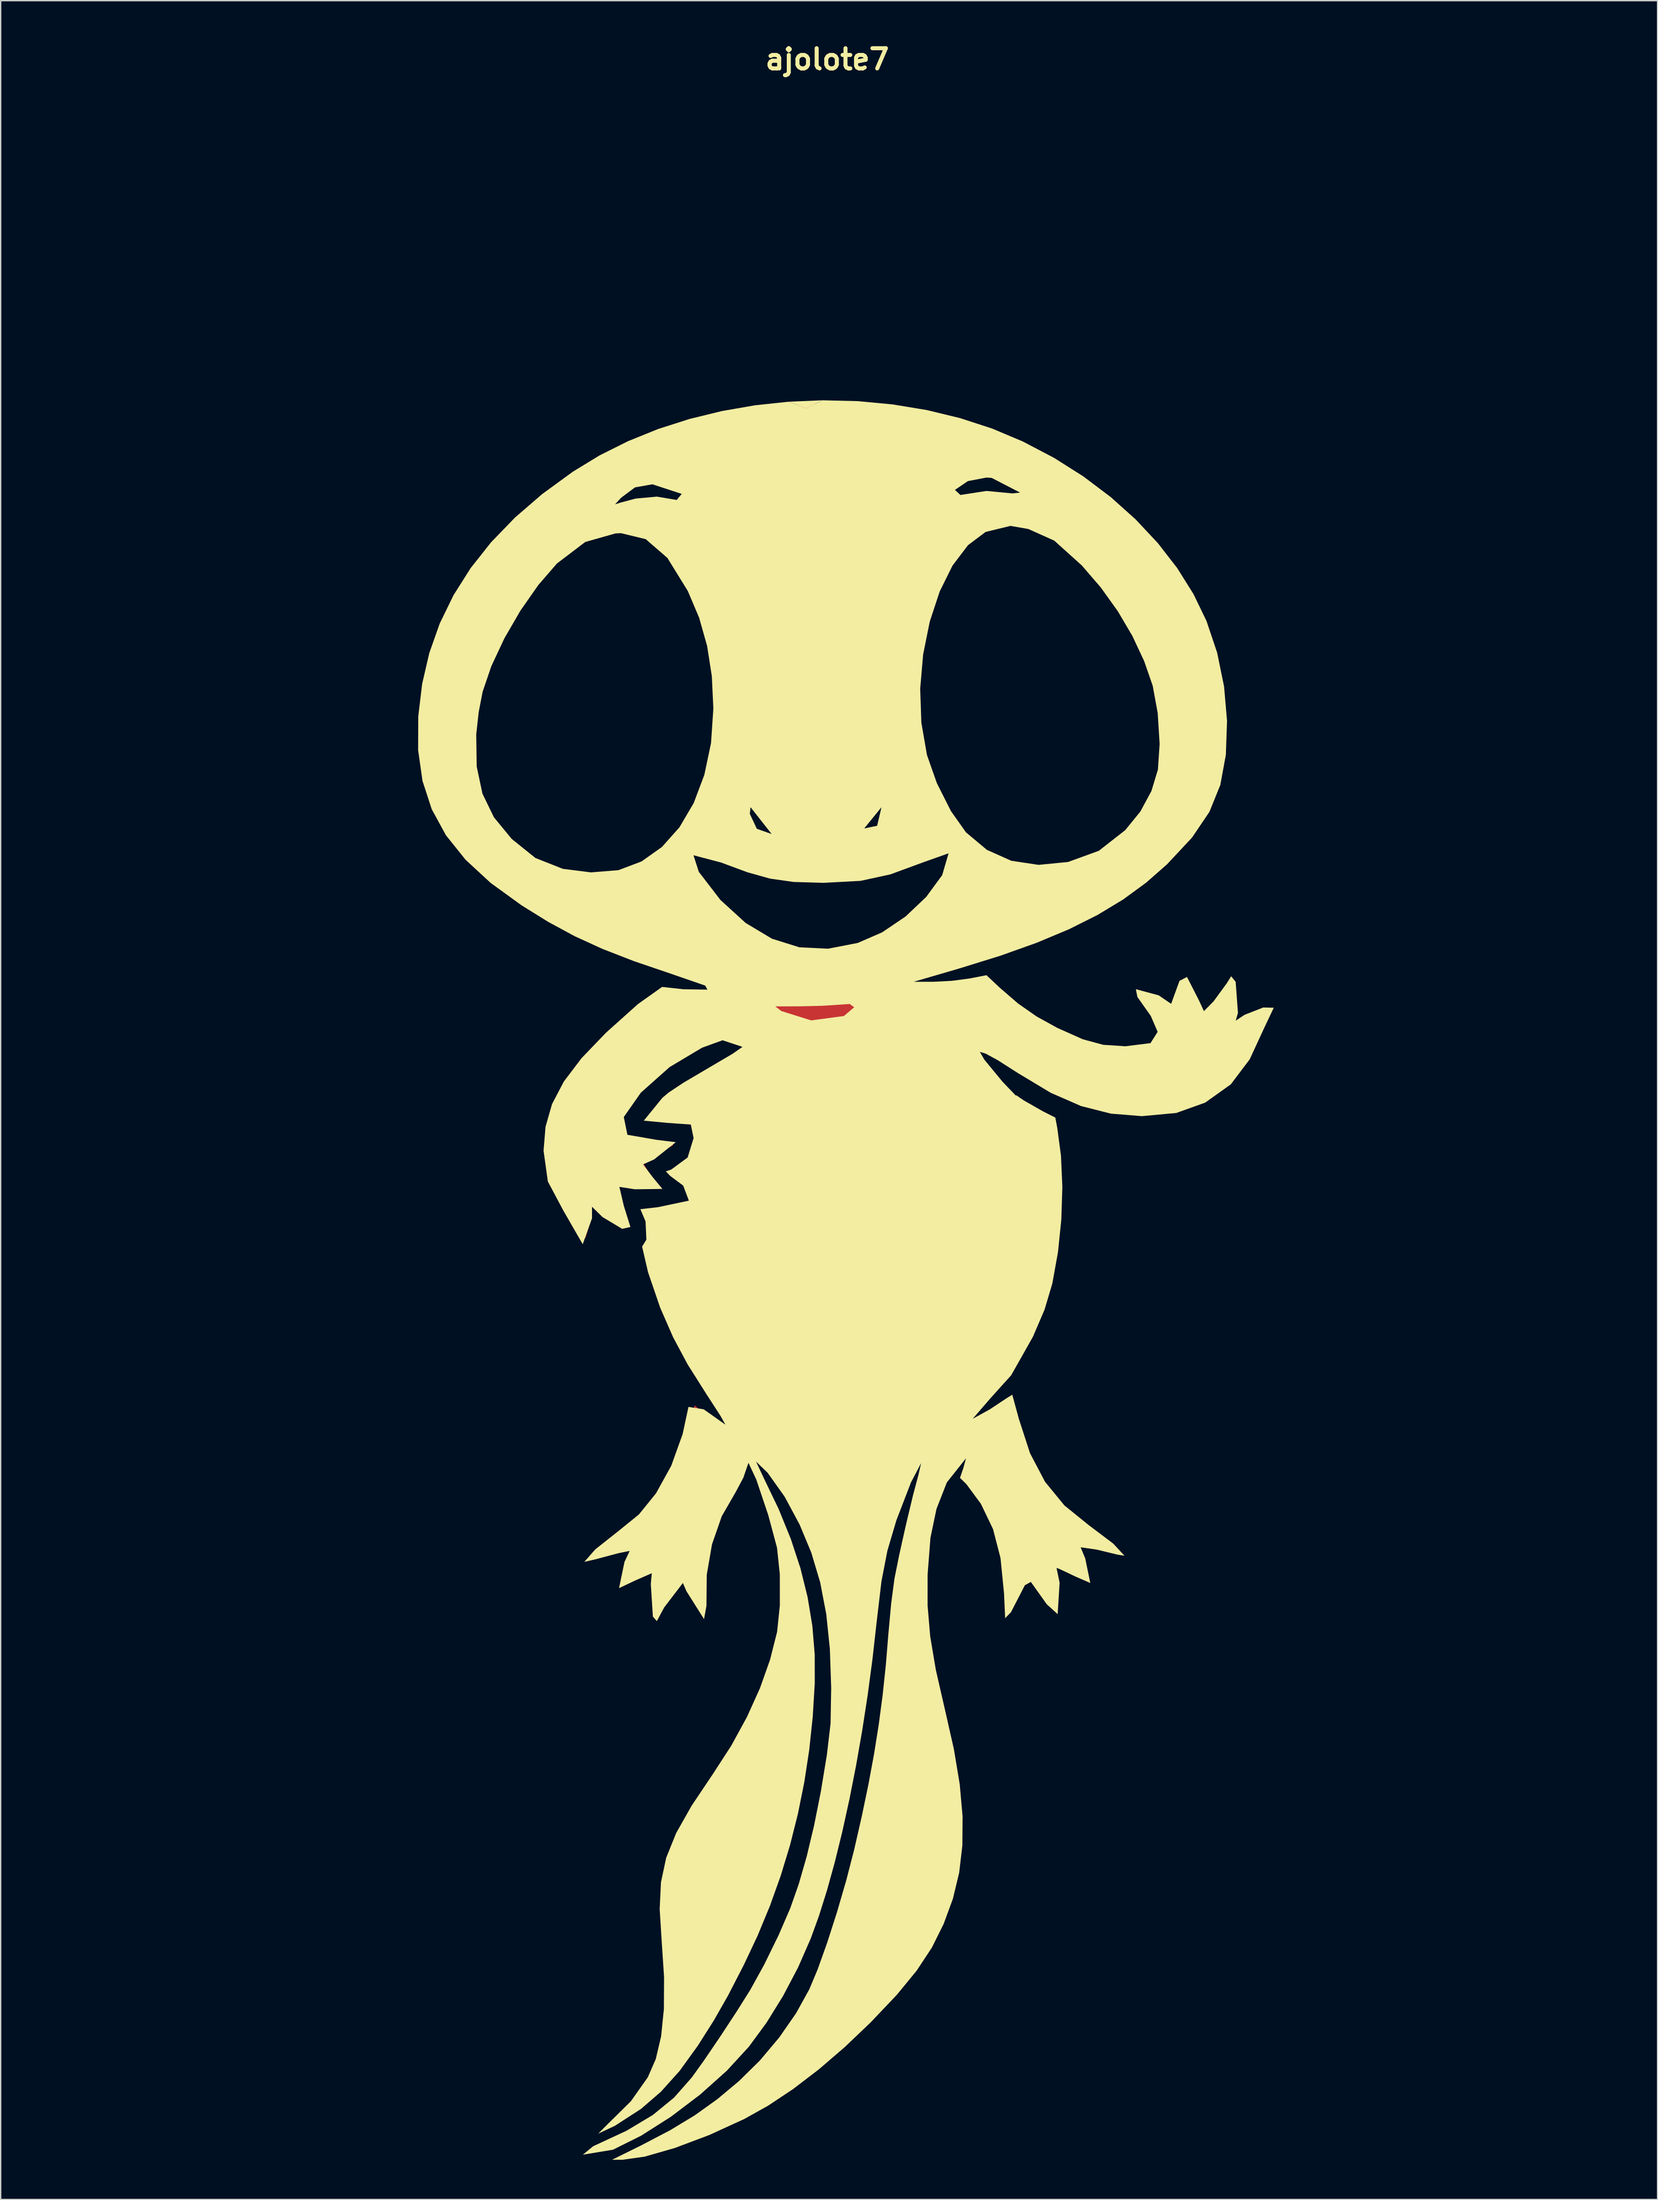
<source format=kicad_pcb>
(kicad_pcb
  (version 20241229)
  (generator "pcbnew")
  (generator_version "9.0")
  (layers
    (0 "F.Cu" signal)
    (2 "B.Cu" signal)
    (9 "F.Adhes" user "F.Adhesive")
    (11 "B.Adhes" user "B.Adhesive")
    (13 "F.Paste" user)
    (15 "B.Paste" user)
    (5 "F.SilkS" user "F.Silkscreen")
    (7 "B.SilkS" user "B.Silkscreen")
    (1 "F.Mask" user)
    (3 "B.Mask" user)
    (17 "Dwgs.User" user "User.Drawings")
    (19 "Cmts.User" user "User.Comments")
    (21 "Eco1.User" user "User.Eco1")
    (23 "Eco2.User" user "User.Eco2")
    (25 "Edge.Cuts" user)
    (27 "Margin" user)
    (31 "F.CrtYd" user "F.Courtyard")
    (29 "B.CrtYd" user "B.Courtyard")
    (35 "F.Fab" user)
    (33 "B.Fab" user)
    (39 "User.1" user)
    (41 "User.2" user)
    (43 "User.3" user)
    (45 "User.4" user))
  (footprint "ajolote7"
    (layer "F.Cu")
    (at 59.427 83.757)
    (property "Reference" "ajolote7" (at 0 -82.33 0) (layer "F.SilkS") (effects (font (size 1.524 1.524) (thickness 0.305))))
    (attr smd)
    (fp_poly (pts (xy -15.994 -48.458) (xy -29.341 -38.358) (xy -28.416 -40.594) (xy -27.218 -42.743) (xy -25.749 -44.802) (xy -24.009 -46.77) (xy -22 -48.644) (xy -20.01 -50.198) (xy -17.921 -51.578) (xy -15.735 -52.784) (xy -13.453 -53.814) (xy -11.077 -54.667) (xy -8.606 -55.343) (xy -6.044 -55.839) (xy -3.391 -56.155) (xy -0.648 -56.29) (xy 2.097 -56.251) (xy 4.759 -56.028) (xy 7.336 -55.623) (xy 9.827 -55.035) (xy 12.23 -54.265) (xy 14.545 -53.315) (xy 16.769 -52.184) (xy 18.902 -50.874) (xy 20.942 -49.384) (xy 22.735 -47.855) (xy 24.336 -46.251) (xy 25.74 -44.576) (xy 26.947 -42.833) (xy 27.953 -41.024) (xy 28.827 -38.951) (xy 29.465 -36.787) (xy 29.869 -34.538) (xy 30.043 -32.213) (xy 29.891 -30.093) (xy 29.62 -28.033) (xy 29.567 -27.847) (xy 28.992 -26.343) (xy 28.218 -24.858) (xy 26.993 -23.201) (xy 25.466 -21.607) (xy 23.641 -20.076) (xy 21.524 -18.613) (xy 19.725 -17.591) (xy 17.588 -16.589) (xy 15.124 -15.607) (xy 12.343 -14.645) (xy 11.814 -14.486) (xy 11.046 -14.248) (xy 9.459 -13.775) (xy 7.792 -13.322) (xy 7.686 -13.269) (xy 5.993 -12.846) (xy 5.781 -12.554) (xy 6.019 -12.316) (xy 7.946 -12.263) (xy 9.949 -12.422) (xy 11.999 -12.793) (xy 12.131 -12.66) (xy 12.607 -12.105) (xy 12.819 -11.999) (xy 13.874 -11.083) (xy 14.989 -10.226) (xy 16.179 -9.432) (xy 18.438 -8.301) (xy 20.836 -7.527) (xy 23.058 -7.342) (xy 24.302 -7.554) (xy 25.175 -8.242) (xy 25.079 -9.641) (xy 23.535 -11.893) (xy 23.746 -11.946) (xy 25.704 -10.702) (xy 25.995 -10.649) (xy 26.921 -12.819) (xy 27.054 -12.713) (xy 27.292 -12.422) (xy 27.477 -11.946) (xy 28.112 -10.2) (xy 28.297 -10.041) (xy 28.535 -10.094) (xy 30.123 -11.919) (xy 30.52 -12.581) (xy 30.864 -10.941) (xy 30.493 -9.565) (xy 30.599 -9.274) (xy 30.917 -9.3) (xy 31.843 -9.988) (xy 33.271 -10.438) (xy 32.769 -9.618) (xy 32.028 -7.845) (xy 32.028 -7.818) (xy 31.492 -6.489) (xy 30.599 -5.358) (xy 28.953 -4.063) (xy 27.095 -3.204) (xy 25.043 -2.791) (xy 23.089 -2.747) (xy 21.158 -2.985) (xy 19.275 -3.506) (xy 19.116 -3.559) (xy 18.957 -3.612) (xy 18.878 -3.638) (xy 18.031 -3.982) (xy 17.608 -4.167) (xy 16.761 -4.591) (xy 14.936 -5.702) (xy 13.189 -6.919) (xy 11.867 -7.58) (xy 11.284 -7.527) (xy 12.343 -5.543) (xy 14.149 -3.767) (xy 16.232 -2.527) (xy 16.92 -2.236) (xy 16.973 -2.051) (xy 17.294 -0.129) (xy 17.476 1.812) (xy 17.509 3.357) (xy 17.423 5.04) (xy 17.291 6.363) (xy 16.999 8.295) (xy 16.588 10.511) (xy 15.908 12.631) (xy 14.961 14.646) (xy 13.745 16.55) (xy 13.56 16.814) (xy 13.507 16.973) (xy 13.507 17.052) (xy 13.348 17.264) (xy 11.569 19.209) (xy 10.147 20.518) (xy 10.094 20.862) (xy 10.438 20.968) (xy 12.32 19.983) (xy 13.824 18.957) (xy 14.301 20.968) (xy 14.724 22.397) (xy 15.791 24.626) (xy 17.141 26.544) (xy 18.772 28.138) (xy 18.799 28.165) (xy 20.403 29.16) (xy 21.471 30.017) (xy 21.709 30.229) (xy 20.528 29.951) (xy 18.931 29.673) (xy 18.666 29.779) (xy 18.666 30.07) (xy 19.672 32.398) (xy 17.317 31.287) (xy 17.052 31.34) (xy 16.973 31.604) (xy 17.423 34.039) (xy 17.211 34.885) (xy 16.629 33.88) (xy 16.047 32.98) (xy 15.465 32.398) (xy 15.068 32.187) (xy 14.856 32.213) (xy 14.724 32.398) (xy 14.347 33.801) (xy 13.613 34.885) (xy 13.666 34.25) (xy 13.652 33.116) (xy 13.481 31.446) (xy 13.113 29.6) (xy 12.528 27.953) (xy 11.738 26.472) (xy 10.729 25.149) (xy 10.358 24.805) (xy 10.835 23.376) (xy 10.755 23.085) (xy 10.464 23.058) (xy 10.385 23.111) (xy 9.406 23.958) (xy 8.383 25.888) (xy 7.695 28.131) (xy 7.342 30.678) (xy 7.286 31.988) (xy 7.289 33.457) (xy 7.309 35.231) (xy 7.524 37.253) (xy 7.933 39.514) (xy 8.533 42.003) (xy 9.133 44.55) (xy 9.585 47.026) (xy 9.887 49.418) (xy 10.041 51.713) (xy 9.793 54.274) (xy 9.211 56.716) (xy 8.294 59.034) (xy 7.045 61.222) (xy 5.464 63.275) (xy 3.686 65.211) (xy 1.851 67.017) (xy -0.038 68.687) (xy -1.975 70.219) (xy -3.956 71.609) (xy -5.328 72.463) (xy -6.76 73.197) (xy -8.298 73.892) (xy -9.856 74.546) (xy -11.476 75.142) (xy -13.137 75.658) (xy -14.909 76.002) (xy -13.745 75.446) (xy -12.244 74.669) (xy -10.782 73.832) (xy -9.323 72.879) (xy -7.924 71.848) (xy -6.575 70.723) (xy -5.305 69.519) (xy -3.775 67.834) (xy -2.454 66.049) (xy -1.342 64.168) (xy -0.441 62.193) (xy 0.251 60.127) (xy 0.812 58.531) (xy 1.379 56.69) (xy 1.952 54.616) (xy 2.527 52.321) (xy 3.149 49.484) (xy 3.679 46.82) (xy 4.116 44.336) (xy 4.455 42.039) (xy 4.696 39.939) (xy 4.855 38.351) (xy 4.855 38.298) (xy 4.882 38.219) (xy 5.004 36.271) (xy 5.067 35.414) (xy 5.173 34.144) (xy 5.419 32.427) (xy 5.835 30.297) (xy 6.416 27.768) (xy 7.084 25.162) (xy 7.633 23.349) (xy 7.501 23.032) (xy 7.157 23.111) (xy 7.025 23.323) (xy 6.257 24.593) (xy 5.913 25.334) (xy 4.953 27.976) (xy 4.246 30.435) (xy 3.797 32.689) (xy 3.532 35.256) (xy 3.4 36.741) (xy 3.268 38.166) (xy 3.241 38.219) (xy 3.215 38.325) (xy 2.912 40.511) (xy 2.6 42.614) (xy 2.277 44.624) (xy 1.945 46.527) (xy 1.419 49.19) (xy 0.837 51.779) (xy 0.2 54.288) (xy -0.489 56.713) (xy -1.288 59.039) (xy -2.216 61.251) (xy -3.273 63.344) (xy -4.458 65.312) (xy -5.569 66.88) (xy -6.76 68.329) (xy -7.686 69.308) (xy -8.893 70.482) (xy -10.2 71.557) (xy -11.579 72.555) (xy -12.978 73.514) (xy -14.364 74.348) (xy -15.729 75.023) (xy -17.555 75.684) (xy -17.899 75.684) (xy -16.047 74.864) (xy -15.571 74.626) (xy -14.049 73.835) (xy -12.607 72.906) (xy -11.364 71.874) (xy -10.279 70.683) (xy -9.234 69.301) (xy -8.268 67.879) (xy -7.22 66.331) (xy -6.072 64.545) (xy -4.796 62.418) (xy -3.664 60.245) (xy -2.679 58.03) (xy -1.839 55.775) (xy -1.144 53.483) (xy -0.595 51.157) (xy 0.025 47.915) (xy 0.456 45.184) (xy 0.699 42.979) (xy 0.754 41.315) (xy 0.695 39) (xy 0.675 38.51) (xy 0.675 38.457) (xy 0.675 38.404) (xy 0.516 36.288) (xy 0.141 33.771) (xy -0.475 31.337) (xy -1.332 28.991) (xy -2.43 26.741) (xy -3.77 24.593) (xy -5.305 23.085) (xy -5.331 23.058) (xy -5.649 23.058) (xy -5.755 23.297) (xy -5.966 23.349) (xy -6.496 25.016) (xy -6.681 25.228) (xy -7.637 26.597) (xy -8.374 28.086) (xy -8.907 29.746) (xy -9.221 31.604) (xy -9.343 33.285) (xy -9.327 34.409) (xy -9.247 35.044) (xy -10.021 33.992) (xy -10.438 32.583) (xy -10.57 32.398) (xy -10.782 32.372) (xy -11.179 32.61) (xy -11.734 33.218) (xy -12.29 34.144) (xy -12.846 35.176) (xy -13.084 34.356) (xy -12.713 31.922) (xy -12.793 31.657) (xy -13.084 31.631) (xy -15.412 32.822) (xy -14.486 30.467) (xy -14.486 30.176) (xy -14.751 30.07) (xy -16.335 30.391) (xy -17.502 30.731) (xy -17.291 30.493) (xy -16.239 29.617) (xy -14.671 28.562) (xy -14.645 28.535) (xy -13.067 26.87) (xy -11.777 24.9) (xy -10.782 22.635) (xy -10.782 22.582) (xy -10.358 20.975) (xy -10.014 19.328) (xy -8.48 20.624) (xy -7.342 21.048) (xy -7.319 20.509) (xy -8.586 18.64) (xy -9.806 16.791) (xy -10.888 14.863) (xy -11.83 12.865) (xy -12.634 10.808) (xy -12.846 10.173) (xy -13.295 8.506) (xy -13.56 7.21) (xy -12.846 6.099) (xy -12.898 5.94) (xy -13.639 4.591) (xy -11.347 4.604) (xy -10.067 4.061) (xy -9.776 3.029) (xy -9.935 2.818) (xy -11.523 1.759) (xy -10.253 0.913) (xy -9.654 -0.314) (xy -9.75 -2.077) (xy -9.962 -2.289) (xy -11.284 -2.342) (xy -13.375 -2.289) (xy -11.734 -4.088) (xy -10.696 -4.79) (xy -8.751 -5.934) (xy -5.913 -7.501) (xy -5.781 -7.686) (xy -5.861 -7.924) (xy -6.909 -8.5) (xy -8.374 -8.559) (xy -8.453 -8.533) (xy -8.718 -8.401) (xy -10.464 -7.448) (xy -12.184 -6.363) (xy -12.978 -5.755) (xy -14.162 -4.66) (xy -15.068 -3.506) (xy -15.597 -2.342) (xy -15.518 -1.23) (xy -14.01 -0.463) (xy -11.602 -0.489) (xy -11.681 -0.278) (xy -13.798 0.648) (xy -14.01 0.86) (xy -12.766 2.844) (xy -12.925 2.871) (xy -13.269 2.924) (xy -13.772 2.791) (xy -15.571 2.342) (xy -15.809 2.394) (xy -15.888 2.633) (xy -15.28 4.987) (xy -14.962 5.675) (xy -15.809 5.543) (xy -16.497 5.04) (xy -17.423 3.956) (xy -17.74 3.903) (xy -17.899 4.167) (xy -17.846 5.305) (xy -18.269 6.734) (xy -18.64 5.861) (xy -19.672 4.247) (xy -19.698 4.22) (xy -20.485 3.016) (xy -20.915 1.654) (xy -21.048 -0.434) (xy -20.704 -2.45) (xy -19.883 -4.379) (xy -18.942 -5.791) (xy -17.588 -7.365) (xy -15.828 -9.093) (xy -13.666 -10.967) (xy -12.396 -11.999) (xy -11.284 -11.787) (xy -9.565 -11.628) (xy -8.109 -11.946) (xy -8.004 -12.211) (xy -8.189 -12.422) (xy -11.311 -13.454) (xy -13.057 -14.036) (xy -14.909 -14.671) (xy -16.511 -15.277) (xy -18.184 -16.023) (xy -19.91 -16.894) (xy -21.636 -17.878) (xy -23.308 -18.969) (xy -24.911 -20.148) (xy -26.842 -21.868) (xy -28.198 -23.516) (xy -29.243 -25.229) (xy -29.964 -27.001) (xy -30.043 -27.212) (xy -30.344 -29.154) (xy -30.467 -31.155) (xy -30.368 -33.636) (xy -29.992 -36.038) (xy -29.341 -38.358) (xy -15.994 -48.458) (xy 13.446 -47.39) (xy 11.519 -46.768) (xy 9.845 -45.2) (xy 8.427 -42.691) (xy 7.527 -40.442) (xy 7.076 -38.503) (xy 6.796 -36.542) (xy 6.69 -34.567) (xy 6.76 -32.583) (xy 7.038 -30.556) (xy 7.554 -28.605) (xy 8.308 -26.738) (xy 9.3 -24.963) (xy 10.604 -23.352) (xy 12.174 -22.172) (xy 14.007 -21.429) (xy 16.1 -21.127) (xy 18.253 -21.358) (xy 20.307 -22.027) (xy 21.507 -22.714) (xy 22.529 -23.641) (xy 23.826 -25.104) (xy 24.752 -26.737) (xy 25.307 -28.535) (xy 25.472 -30.589) (xy 25.374 -32.62) (xy 25.017 -34.626) (xy 24.408 -36.605) (xy 23.599 -38.425) (xy 22.599 -40.23) (xy 21.405 -42.015) (xy 20.016 -43.775) (xy 18.483 -45.361) (xy 17.015 -46.458) (xy 15.624 -47.056) (xy 13.446 -47.39) (xy -15.994 -48.458) (xy -13.53 -46.315) (xy -15.466 -46.871) (xy -17.608 -46.474) (xy -18.99 -45.812) (xy -20.424 -44.667) (xy -21.894 -43.034) (xy -23.224 -41.234) (xy -24.355 -39.41) (xy -25.288 -37.565) (xy -26.022 -35.706) (xy -26.563 -33.711) (xy -26.842 -31.697) (xy -26.863 -29.663) (xy -26.63 -27.609) (xy -26.023 -25.84) (xy -25.051 -24.246) (xy -23.72 -22.847) (xy -22.662 -21.96) (xy -21.444 -21.312) (xy -19.526 -20.74) (xy -17.529 -20.545) (xy -17.185 -20.545) (xy -15.116 -20.921) (xy -13.318 -21.729) (xy -11.793 -22.963) (xy -10.544 -24.619) (xy -9.611 -26.429) (xy -8.92 -28.32) (xy -8.471 -30.286) (xy -8.268 -32.319) (xy -8.274 -34.313) (xy -8.45 -36.284) (xy -8.8 -38.231) (xy -9.327 -40.151) (xy -10.306 -42.347) (xy -11.807 -44.807) (xy -13.53 -46.315) (xy -15.994 -48.458) (xy -15.042 -48.749) (xy 4.458 -25.995) (xy 4.088 -26.233) (xy 3.823 -26.128) (xy 2.924 -25.016) (xy 2.262 -24.037) (xy 2.236 -23.799) (xy 2.633 -23.482) (xy 2.844 -23.455) (xy 3.109 -23.508) (xy 3.612 -23.799) (xy 3.956 -24.17) (xy 4.299 -24.593) (xy 4.564 -25.493) (xy 4.458 -25.995) (xy -15.042 -48.749) (xy 9.671 -22.476) (xy 9.168 -22.688) (xy 8.692 -22.556) (xy 8.295 -22.371) (xy 8.268 -22.371) (xy 7.263 -21.921) (xy 5.808 -21.392) (xy 3.886 -20.823) (xy 1.945 -20.492) (xy 0.165 -20.373) (xy -1.574 -20.413) (xy -3.198 -20.581) (xy -4.802 -20.889) (xy -6.423 -21.332) (xy -8.004 -21.894) (xy -8.427 -22.079) (xy -9.459 -22.556) (xy -9.962 -22.688) (xy -10.306 -22.529) (xy -10.491 -22.185) (xy -10.385 -21.603) (xy -10.385 -21.577) (xy -10.2 -21.101) (xy -9.036 -19.407) (xy -8.639 -18.931) (xy -7.183 -17.502) (xy -7.131 -17.449) (xy -7.104 -17.423) (xy -5.702 -16.364) (xy -5.146 -16.021) (xy -3.717 -15.359) (xy -2.133 -14.929) (xy -0.489 -14.777) (xy -0.066 -14.777) (xy 1.677 -15.015) (xy 3.4 -15.571) (xy 5.001 -16.421) (xy 6.522 -17.529) (xy 7.078 -18.031) (xy 8.268 -19.407) (xy 8.586 -19.831) (xy 9.604 -21.55) (xy 9.75 -22.238) (xy 9.671 -22.476) (xy -15.042 -48.749) (xy -13.216 -49.041) (xy -11.47 -48.802) (xy -3.876 -23.984) (xy -4.591 -24.937) (xy -5.543 -26.022) (xy -5.808 -26.101) (xy -6.152 -25.837) (xy -6.231 -25.334) (xy -5.94 -24.434) (xy -5.596 -24.037) (xy -5.226 -23.667) (xy -4.723 -23.402) (xy -4.458 -23.349) (xy -4.247 -23.376) (xy -3.85 -23.746) (xy -3.876 -23.984) (xy -11.47 -48.802) (xy -10.782 -48.511) (xy -10.623 -48.406) (xy -10.544 -48.406) (xy 9.379 -48.749) (xy 9.459 -48.749) (xy 9.618 -48.882) (xy 10.279 -49.199) (xy 12.025 -49.49) (xy 13.851 -49.252) (xy 14.777 -49.014) (xy 15.042 -49.12) (xy 15.042 -49.411) (xy 13.937 -50.545) (xy 12.475 -51.025) (xy 10.676 -50.84) (xy 9.327 -49.861) (xy 9.088 -49.305) (xy 9.141 -48.935) (xy 9.379 -48.749) (xy -10.544 -48.406) (xy -10.306 -48.564) (xy -10.279 -48.935) (xy -10.544 -49.517) (xy -11.919 -50.443) (xy -13.745 -50.575) (xy -15.21 -50.046) (xy -16.259 -48.882) (xy -16.259 -48.591) (xy -15.994 -48.458)) (stroke (width 0) (type solid)) (fill yes) (layer "F.Cu"))
    (fp_poly (pts (xy -17.78 -27.549) (xy -18.301 -28.17) (xy -18.283 -29.061) (xy -17.42 -29.741) (xy -16.6 -29.096) (xy -16.616 -28.119) (xy -17.432 -27.484) (xy -17.78 -27.549) (xy -17.78 -27.549)) (stroke (width 0) (type solid)) (fill yes) (layer "F.Mask"))
    (fp_poly (pts (xy 11.638 -27.284) (xy 10.946 -27.918) (xy 10.845 -28.487) (xy 10.914 -28.991) (xy 11.989 -29.427) (xy 12.258 -29.236) (xy 12.649 -28.371) (xy 12.618 -27.9) (xy 11.638 -27.284)) (stroke (width 0) (type solid)) (fill yes) (layer "F.Mask"))
    (fp_poly (pts (xy -16.819 -30.548) (xy -17.222 -30.813) (xy -17.553 -32.925) (xy -16.744 -34.366) (xy -15.919 -34.761) (xy -15.508 -34.687) (xy -14.823 -33.449) (xy -15.24 -31.543) (xy -16.116 -30.647) (xy -16.819 -30.548)) (stroke (width 0) (type solid)) (fill yes) (layer "F.Mask"))
    (fp_poly (pts (xy 11.279 -30.492) (xy 10.207 -32.063) (xy 10.243 -33.575) (xy 11.034 -34.741) (xy 12.013 -34.604) (xy 12.537 -33.904) (xy 12.756 -31.647) (xy 11.913 -30.501) (xy 11.279 -30.492) (xy 11.279 -30.492)) (stroke (width 0) (type solid)) (fill yes) (layer "F.Mask"))
    (fp_poly (pts (xy -19.343 -22.722) (xy -20.981 -23.261) (xy -22.392 -24.256) (xy -23.604 -25.727) (xy -24.45 -27.842) (xy -24.691 -29.823) (xy -24.643 -31.887) (xy -24.316 -33.974) (xy -23.721 -36.024) (xy -22.865 -37.977) (xy -21.966 -39.507) (xy -20.908 -40.918) (xy -19.603 -42.33) (xy -18.316 -43.512) (xy -17.253 -44.206) (xy -15.33 -44.632) (xy -13.659 -43.697) (xy -12.149 -41.35) (xy -11.456 -39.573) (xy -10.986 -37.603) (xy -10.722 -35.359) (xy -10.689 -34.623) (xy -10.848 -34.882) (xy -11.688 -36.056) (xy -12.718 -36.878) (xy -14.475 -37.291) (xy -15.974 -36.987) (xy -17.36 -35.938) (xy -18.733 -34.057) (xy -19.513 -31.784) (xy -19.705 -29.105) (xy -19.566 -27.626) (xy -19.192 -26.334) (xy -17.97 -24.249) (xy -16.29 -23.118) (xy -15.804 -22.962) (xy -16.063 -22.887) (xy -17.693 -22.647) (xy -19.343 -22.722)) (stroke (width 0) (type solid)) (fill yes) (layer "F.Mask"))
    (fp_poly (pts (xy 16.193 -23.238) (xy 15.742 -23.288) (xy 14.524 -23.523) (xy 14.378 -23.57) (xy 14.524 -23.573) (xy 16.2 -23.98) (xy 17.183 -24.676) (xy 18.399 -26.713) (xy 18.835 -29.426) (xy 18.494 -31.922) (xy 18.028 -33.386) (xy 17.438 -34.621) (xy 15.819 -36.594) (xy 13.864 -37.696) (xy 12.369 -37.758) (xy 11.186 -37.362) (xy 10.073 -36.417) (xy 9.258 -35.001) (xy 9.152 -34.758) (xy 9.211 -36.687) (xy 9.498 -38.88) (xy 10.031 -40.865) (xy 10.806 -42.634) (xy 11.958 -44.295) (xy 12.265 -44.611) (xy 13.991 -45.222) (xy 15.748 -44.611) (xy 16.181 -44.323) (xy 17.213 -43.542) (xy 18.381 -42.442) (xy 19.92 -40.695) (xy 21.169 -38.833) (xy 22.136 -36.843) (xy 22.739 -34.955) (xy 23.142 -32.889) (xy 23.259 -30.302) (xy 22.968 -28.017) (xy 22.182 -26.252) (xy 20.95 -24.782) (xy 19.484 -23.803) (xy 17.761 -23.3) (xy 16.193 -23.238) (xy 16.193 -23.238)) (stroke (width 0) (type solid)) (fill yes) (layer "F.Mask"))
    (fp_poly (pts (xy -33.505 -29.68) (xy -35.265 -30.062) (xy -37.467 -30.666) (xy -39.859 -31.414) (xy -42.191 -32.228) (xy -44.214 -33.03) (xy -46.542 -34.129) (xy -48.789 -35.376) (xy -50.908 -36.74) (xy -52.849 -38.19) (xy -54.566 -39.696) (xy -56.001 -41.23) (xy -57.326 -42.934) (xy -58.411 -44.626) (xy -59.127 -46.123) (xy -59.427 -47.158) (xy -58.274 -46.555) (xy -56.147 -45.338) (xy -53.928 -44.19) (xy -51.65 -43.124) (xy -49.344 -42.153) (xy -47.039 -41.289) (xy -44.769 -40.544) (xy -42.563 -39.932) (xy -40.454 -39.463) (xy -37.884 -39.147) (xy -36.241 -39.105) (xy -38.153 -40.361) (xy -40.09 -41.637) (xy -41.893 -42.965) (xy -43.591 -44.372) (xy -45.211 -45.886) (xy -46.782 -47.531) (xy -48.333 -49.335) (xy -49.892 -51.324) (xy -51.432 -53.465) (xy -52.822 -55.596) (xy -54.07 -57.728) (xy -55.179 -59.874) (xy -56.155 -62.043) (xy -57.005 -64.248) (xy -57.732 -66.5) (xy -58.344 -68.811) (xy -58.677 -71.339) (xy -58.048 -70.774) (xy -56.575 -69.156) (xy -54.364 -66.602) (xy -52.832 -64.82) (xy -51.37 -63.143) (xy -50.295 -61.935) (xy -48.626 -60.158) (xy -46.807 -58.32) (xy -44.899 -56.482) (xy -42.964 -54.702) (xy -41.067 -53.039) (xy -39.27 -51.553) (xy -37.183 -49.971) (xy -35.127 -48.544) (xy -33.522 -47.55) (xy -32.786 -47.265) (xy -33.1 -47.896) (xy -34.282 -49.782) (xy -35.417 -51.917) (xy -36.485 -54.245) (xy -37.466 -56.715) (xy -38.342 -59.272) (xy -39.091 -61.862) (xy -39.694 -64.433) (xy -40.131 -66.931) (xy -40.346 -69.147) (xy -40.43 -71.543) (xy -40.378 -73.618) (xy -40.189 -74.873) (xy -39.871 -74.982) (xy -39.544 -74.116) (xy -38.745 -72.164) (xy -37.75 -69.786) (xy -36.83 -67.644) (xy -35.922 -65.657) (xy -34.869 -63.487) (xy -33.758 -61.308) (xy -32.678 -59.294) (xy -31.719 -57.619) (xy -30.546 -55.731) (xy -29.382 -53.998) (xy -28.113 -52.26) (xy -26.625 -50.353) (xy -25.113 -48.462) (xy -26.076 -47.454) (xy -27.6 -45.678) (xy -28.963 -43.724) (xy -30.134 -41.646) (xy -31.082 -39.5) (xy -31.776 -37.34) (xy -32.129 -35.733) (xy -32.343 -34.061) (xy -32.46 -31.987) (xy -32.546 -29.519) (xy -33.505 -29.68)) (stroke (width 0) (type solid)) (fill yes) (layer "F.Mask"))
    (fp_poly (pts (xy 31.751 -29.595) (xy 31.818 -32.269) (xy 31.7 -34.807) (xy 31.249 -37.276) (xy 30.539 -39.629) (xy 29.54 -41.957) (xy 28.416 -44.005) (xy 27.149 -45.863) (xy 25.742 -47.525) (xy 25.245 -48.051) (xy 25.465 -48.32) (xy 27.038 -50.12) (xy 28.399 -51.712) (xy 29.695 -53.342) (xy 30.942 -55.037) (xy 32.156 -56.822) (xy 33.352 -58.725) (xy 34.547 -60.771) (xy 35.756 -62.985) (xy 36.994 -65.395) (xy 38.278 -68.025) (xy 39.623 -70.902) (xy 40.675 -73.152) (xy 41.15 -74.088) (xy 41.375 -73.433) (xy 41.44 -71.476) (xy 41.371 -69.382) (xy 41.173 -67.4) (xy 40.827 -65.374) (xy 40.31 -63.146) (xy 39.715 -60.998) (xy 39.041 -58.891) (xy 38.293 -56.838) (xy 37.475 -54.856) (xy 36.595 -52.958) (xy 35.61 -51.043) (xy 34.648 -49.379) (xy 33.567 -47.719) (xy 32.827 -46.517) (xy 33.601 -46.788) (xy 35.289 -47.755) (xy 37.443 -49.144) (xy 39.618 -50.682) (xy 41.422 -52.058) (xy 43.151 -53.438) (xy 44.834 -54.85) (xy 46.5 -56.32) (xy 48.177 -57.875) (xy 49.895 -59.541) (xy 51.683 -61.345) (xy 53.568 -63.315) (xy 55.581 -65.476) (xy 57.598 -67.625) (xy 59.086 -69.132) (xy 59.711 -69.657) (xy 59.477 -68.364) (xy 59.014 -66.457) (xy 58.265 -64.124) (xy 57.397 -61.857) (xy 56.401 -59.644) (xy 55.271 -57.471) (xy 53.999 -55.327) (xy 52.578 -53.201) (xy 51 -51.078) (xy 49.259 -48.948) (xy 47.347 -46.798) (xy 45.658 -45.075) (xy 43.907 -43.507) (xy 42.033 -42.046) (xy 39.974 -40.644) (xy 37.67 -39.253) (xy 35.997 -38.211) (xy 37.608 -38.189) (xy 39.71 -38.339) (xy 41.314 -38.617) (xy 43.278 -39.027) (xy 45.707 -39.654) (xy 48.05 -40.356) (xy 50.057 -41.059) (xy 52.1 -41.862) (xy 54.134 -42.747) (xy 56.115 -43.695) (xy 57.999 -44.686) (xy 59.455 -45.435) (xy 58.755 -43.607) (xy 57.845 -42.124) (xy 56.578 -40.456) (xy 55.045 -38.809) (xy 53.273 -37.239) (xy 51.284 -35.761) (xy 49.097 -34.389) (xy 46.733 -33.136) (xy 44.213 -32.016) (xy 41.981 -31.204) (xy 39.408 -30.412) (xy 36.756 -29.708) (xy 34.285 -29.162) (xy 32.256 -28.844) (xy 31.677 -28.783) (xy 31.751 -29.595)) (stroke (width 0) (type solid)) (fill yes) (layer "F.Mask"))
    (fp_poly (pts (xy -0.36 -56.577) (xy -13.203 -50.233) (xy -10.989 -49.507) (xy -11.371 -49.05) (xy -12.862 -49.301) (xy -14.465 -49.157) (xy -15.565 -48.864) (xy -16.024 -48.721) (xy -15.565 -49.22) (xy -14.518 -50) (xy -13.203 -50.233) (xy -0.36 -56.577) (xy 7.533 -29.79) (xy 7.109 -32.234) (xy 7.022 -34.8) (xy 7.243 -37.378) (xy 7.743 -39.86) (xy 8.493 -42.136) (xy 9.465 -44.097) (xy 10.63 -45.633) (xy 11.959 -46.635) (xy 13.842 -47.092) (xy 15.194 -46.855) (xy 17.15 -45.977) (xy 19.231 -44.101) (xy 20.666 -42.435) (xy 21.947 -40.647) (xy 23.045 -38.783) (xy 23.933 -36.89) (xy 24.583 -35.016) (xy 24.96 -32.956) (xy 25.105 -30.622) (xy 24.976 -28.691) (xy 24.485 -27.068) (xy 23.648 -25.518) (xy 22.504 -24.112) (xy 20.514 -22.556) (xy 18.195 -21.712) (xy 15.963 -21.493) (xy 13.903 -21.802) (xy 12.059 -22.626) (xy 10.476 -23.952) (xy 9.343 -25.557) (xy 8.278 -27.669) (xy 7.533 -29.79) (xy -0.36 -56.577) (xy -13.707 -46.09) (xy -12.07 -44.67) (xy -10.529 -42.173) (xy -9.675 -40.159) (xy -9.072 -38.025) (xy -8.716 -35.746) (xy -8.6 -33.296) (xy -8.776 -30.692) (xy -9.279 -28.3) (xy -10.083 -26.164) (xy -11.161 -24.329) (xy -12.485 -22.842) (xy -14.031 -21.748) (xy -15.769 -21.093) (xy -17.849 -20.925) (xy -19.965 -21.192) (xy -22.041 -22.013) (xy -23.83 -23.453) (xy -25.171 -25.083) (xy -26.041 -26.874) (xy -26.475 -28.928) (xy -26.509 -31.349) (xy -26.326 -33.01) (xy -26.028 -34.557) (xy -25.368 -36.499) (xy -24.386 -38.595) (xy -23.172 -40.691) (xy -21.818 -42.628) (xy -20.414 -44.251) (xy -18.278 -45.876) (xy -15.99 -46.524) (xy -15.576 -46.541) (xy -13.707 -46.09) (xy -0.36 -56.577) (xy 4.099 -25.848) (xy 3.769 -24.445) (xy 2.793 -24.244) (xy 4.099 -25.848) (xy -0.36 -56.577) (xy -5.793 -25.837) (xy -5.779 -25.833) (xy -4.197 -23.821) (xy -5.316 -24.217) (xy -5.847 -25.348) (xy -5.793 -25.837) (xy -5.793 -25.837) (xy -0.36 -56.577) (xy 9.164 -22.365) (xy 8.683 -20.717) (xy 7.475 -19.071) (xy 5.916 -17.593) (xy 4.147 -16.397) (xy 2.311 -15.598) (xy 0.062 -15.161) (xy -2.101 -15.267) (xy -4.177 -15.917) (xy -6.167 -17.11) (xy -8.069 -18.846) (xy -9.699 -20.966) (xy -10.101 -22.218) (xy -8.018 -21.67) (xy -6.016 -20.929) (xy -4.317 -20.453) (xy -2.533 -20.201) (xy -0.278 -20.135) (xy 2.518 -20.285) (xy 4.767 -20.774) (xy 7.342 -21.719) (xy 9.164 -22.365) (xy -0.36 -56.577) (xy -2.918 -56.47) (xy 12.028 -50.742) (xy 12.419 -50.717) (xy 14.565 -49.607) (xy 13.987 -49.545) (xy 12.029 -49.731) (xy 10.058 -49.427) (xy 9.645 -49.811) (xy 10.624 -50.475) (xy 12.028 -50.742) (xy -2.918 -56.47) (xy -5.456 -56.199) (xy -7.957 -55.764) (xy -10.401 -55.167) (xy -12.767 -54.41) (xy -15.037 -53.492) (xy -17.192 -52.417) (xy -19.211 -51.185) (xy -21.524 -49.498) (xy -23.581 -47.723) (xy -25.383 -45.86) (xy -26.93 -43.906) (xy -28.224 -41.86) (xy -29.266 -39.72) (xy -30.056 -37.486) (xy -30.595 -35.154) (xy -30.886 -32.724) (xy -30.899 -30.164) (xy -30.567 -27.833) (xy -29.872 -25.698) (xy -3.464 -10.452) (xy -3.923 -10.806) (xy -2.07 -10.81) (xy -0.431 -10.847) (xy 0.909 -10.932) (xy 1.698 -10.987) (xy 1.698 -10.987) (xy 2.036 -10.739) (xy 1.257 -10.076) (xy -1.216 -9.749) (xy -3.464 -10.452) (xy -29.872 -25.698) (xy -28.794 -23.724) (xy -27.316 -21.879) (xy -25.418 -20.127) (xy -23.082 -18.434) (xy -21.058 -17.179) (xy -19.076 -16.107) (xy -16.978 -15.146) (xy -14.607 -14.225) (xy -11.804 -13.27) (xy -9.213 -12.375) (xy -9.05 -12.07) (xy -10.871 -12.1) (xy -12.472 -12.275) (xy -14.305 -10.972) (xy -16.709 -8.816) (xy -18.554 -6.896) (xy -19.894 -5.128) (xy -20.783 -3.43) (xy -21.275 -1.716) (xy -21.424 0.095) (xy -21.1 2.419) (xy -19.928 4.621) (xy -18.845 6.5) (xy -18.466 7.154) (xy -17.765 5.2) (xy -17.765 4.328) (xy -16.973 5.105) (xy -15.487 5.996) (xy -14.864 5.852) (xy -15.362 4.257) (xy -15.698 2.825) (xy -14.531 3.007) (xy -12.448 2.982) (xy -13.181 2.091) (xy -13.915 1.129) (xy -13.075 0.752) (xy -11.44 -0.548) (xy -12.905 -0.73) (xy -15.091 -1.108) (xy -15.365 -2.449) (xy -14.072 -4.294) (xy -11.904 -6.221) (xy -9.459 -7.682) (xy -7.905 -8.247) (xy -6.4 -7.748) (xy -7.142 -7.229) (xy -8.921 -6.183) (xy -10.861 -5.04) (xy -11.99 -4.291) (xy -12.429 -3.916) (xy -12.442 -3.912) (xy -13.853 -2.175) (xy -12.051 -2.005) (xy -10.303 -1.882) (xy -10.093 -0.858) (xy -10.543 0.607) (xy -11.778 1.514) (xy -12.186 1.656) (xy -11.855 2.001) (xy -10.877 2.73) (xy -10.45 3.865) (xy -12.783 4.358) (xy -14.111 4.511) (xy -13.721 5.435) (xy -13.658 6.811) (xy -13.982 7.333) (xy -13.534 9.265) (xy -12.617 11.947) (xy -11.636 14.189) (xy -10.53 16.254) (xy -9.093 18.526) (xy -8.075 20.096) (xy -7.689 20.785) (xy -9.329 19.624) (xy -10.48 19.442) (xy -10.921 21.496) (xy -11.776 23.876) (xy -12.93 25.966) (xy -14.222 27.563) (xy -15.782 28.827) (xy -17.519 30.202) (xy -18.344 31.144) (xy -17.459 30.941) (xy -15.781 30.493) (xy -14.921 30.315) (xy -15.312 31.149) (xy -15.724 33.129) (xy -14.465 32.534) (xy -13.25 32.003) (xy -13.325 32.816) (xy -13.167 35.275) (xy -12.87 35.62) (xy -12.314 34.586) (xy -10.902 32.74) (xy -10.629 33.367) (xy -9.304 35.468) (xy -9.122 34.468) (xy -9.1 32.126) (xy -8.703 29.824) (xy -7.965 27.7) (xy -6.922 25.89) (xy -6.333 24.786) (xy -5.949 23.664) (xy -5.356 24.931) (xy -4.45 27.625) (xy -3.791 30.082) (xy -3.58 32.093) (xy -3.579 34.441) (xy -3.787 36.435) (xy -4.316 38.528) (xy -5.08 40.682) (xy -6.063 42.859) (xy -7.246 45.022) (xy -8.613 47.131) (xy -10.247 49.568) (xy -11.411 51.628) (xy -12.163 53.493) (xy -12.558 55.346) (xy -12.654 57.369) (xy -12.506 59.746) (xy -12.323 62.499) (xy -12.336 64.909) (xy -12.546 66.975) (xy -12.951 68.695) (xy -13.551 70.068) (xy -14.828 71.877) (xy -16.544 73.57) (xy -17.297 74.325) (xy -16.032 73.73) (xy -14.062 72.455) (xy -12.566 71.165) (xy -11.152 69.592) (xy -9.775 67.687) (xy -8.56 65.771) (xy -7.496 63.903) (xy -6.299 61.583) (xy -5.259 59.376) (xy -4.33 57.133) (xy -3.514 54.853) (xy -2.808 52.534) (xy -2.214 50.176) (xy -1.731 47.777) (xy -1.358 45.337) (xy -1.095 42.853) (xy -0.942 40.324) (xy -0.945 38.145) (xy -1.124 35.976) (xy -1.483 33.806) (xy -2.024 31.621) (xy -2.752 29.407) (xy -3.669 27.152) (xy -4.779 24.842) (xy -5.376 23.571) (xy -4.497 24.421) (xy -3.215 26.225) (xy -2.089 28.32) (xy -1.201 30.451) (xy -0.534 32.685) (xy -0.073 35.088) (xy 0.2 37.727) (xy 0.299 40.669) (xy 0.252 43.351) (xy -0.027 45.724) (xy -0.482 48.486) (xy -0.99 51.043) (xy -1.546 53.375) (xy -2.146 55.462) (xy -2.785 57.284) (xy -3.669 59.329) (xy -4.766 61.57) (xy -5.812 63.466) (xy -6.823 65.076) (xy -8.071 66.977) (xy -9.293 68.776) (xy -10.228 70.081) (xy -11.57 71.604) (xy -13.17 72.915) (xy -15.161 74.107) (xy -17.676 75.275) (xy -18.454 75.914) (xy -16.176 75.537) (xy -14.052 74.477) (xy -11.805 73.048) (xy -9.595 71.372) (xy -7.579 69.569) (xy -5.917 67.759) (xy -4.592 65.956) (xy -3.338 63.933) (xy -2.203 61.777) (xy -1.239 59.576) (xy -0.622 57.874) (xy -0.016 55.945) (xy 0.573 53.818) (xy 1.139 51.52) (xy 1.676 49.079) (xy 2.179 46.525) (xy 2.642 43.883) (xy 3.058 41.184) (xy 3.422 38.454) (xy 3.728 35.722) (xy 4.097 32.605) (xy 4.543 30.306) (xy 5.223 28.008) (xy 6.329 25.138) (xy 7.09 23.691) (xy 6.888 24.579) (xy 6.478 26.119) (xy 5.944 28.35) (xy 5.43 30.655) (xy 5.077 32.416) (xy 4.829 34.295) (xy 4.615 36.629) (xy 4.425 38.949) (xy 4.187 41.193) (xy 3.894 43.408) (xy 3.539 45.641) (xy 3.115 47.936) (xy 2.614 50.34) (xy 2.029 52.9) (xy 1.438 55.191) (xy 0.737 57.6) (xy -0.007 59.914) (xy -0.726 61.925) (xy -1.352 63.421) (xy -2.355 65.235) (xy -3.62 67.055) (xy -5.076 68.789) (xy -6.654 70.345) (xy -8.31 71.729) (xy -9.999 72.938) (xy -11.863 74.066) (xy -14.047 75.209) (xy -16.251 76.297) (xy -15.473 76.298) (xy -13.789 76.062) (xy -11.511 75.408) (xy -8.909 74.429) (xy -6.251 73.212) (xy -4.446 72.202) (xy -2.569 70.951) (xy -0.642 69.477) (xy 1.311 67.8) (xy 3.266 65.937) (xy 5.25 63.849) (xy 6.761 62.008) (xy 7.907 60.268) (xy 8.793 58.487) (xy 9.494 56.578) (xy 9.965 54.62) (xy 10.207 52.562) (xy 10.222 50.355) (xy 10.008 47.948) (xy 9.567 45.291) (xy 8.898 42.334) (xy 8.206 39.316) (xy 7.777 36.768) (xy 7.58 34.442) (xy 7.582 32.092) (xy 7.796 29.327) (xy 8.252 27.144) (xy 9.036 25.142) (xy 10.481 23.323) (xy 10.274 24.082) (xy 10.026 24.802) (xy 10.509 25.273) (xy 11.605 26.76) (xy 12.522 28.668) (xy 13.087 30.855) (xy 13.353 33.518) (xy 13.438 35.398) (xy 13.879 34.944) (xy 14.927 32.909) (xy 15.379 32.659) (xy 16.582 34.347) (xy 17.403 35.092) (xy 17.551 32.721) (xy 17.319 31.601) (xy 17.602 31.708) (xy 18.802 32.278) (xy 19.869 32.74) (xy 19.484 30.878) (xy 19.139 30.043) (xy 20.341 30.216) (xy 21.92 30.597) (xy 22.448 30.68) (xy 21.607 29.77) (xy 19.764 28.38) (xy 17.914 26.883) (xy 16.448 25.094) (xy 15.317 22.941) (xy 14.476 20.353) (xy 13.976 18.52) (xy 13.54 18.792) (xy 12.267 19.635) (xy 10.989 20.338) (xy 12.317 18.801) (xy 13.892 17.052) (xy 14.459 16.052) (xy 15.538 14.139) (xy 16.41 12.107) (xy 17 10.132) (xy 17.427 7.757) (xy 17.681 5.287) (xy 17.758 2.825) (xy 17.655 0.476) (xy 17.369 -1.656) (xy 17.226 -2.409) (xy 16.304 -2.873) (xy 14.841 -3.708) (xy 14.299 -4.08) (xy 14.233 -4.08) (xy 13.246 -5.109) (xy 11.87 -6.779) (xy 11.527 -7.369) (xy 11.961 -7.24) (xy 12.869 -6.748) (xy 14.44 -5.745) (xy 16.889 -4.275) (xy 19.174 -3.277) (xy 21.423 -2.705) (xy 23.763 -2.516) (xy 26.359 -2.755) (xy 28.547 -3.538) (xy 30.482 -4.919) (xy 31.909 -6.808) (xy 32.996 -9.164) (xy 33.726 -10.704) (xy 32.933 -10.722) (xy 31.524 -10.172) (xy 30.852 -9.728) (xy 31.02 -10.316) (xy 30.848 -12.66) (xy 30.507 -13.081) (xy 30.172 -12.544) (xy 29.177 -11.183) (xy 28.45 -10.447) (xy 28.077 -11.255) (xy 27.172 -13.03) (xy 26.605 -12.733) (xy 25.974 -10.998) (xy 25.034 -11.639) (xy 23.309 -12.104) (xy 23.428 -11.511) (xy 24.437 -10.086) (xy 24.955 -8.881) (xy 24.415 -8.03) (xy 22.506 -7.792) (xy 20.845 -7.903) (xy 19.3 -8.322) (xy 17.37 -9.185) (xy 15.817 -10.042) (xy 14.417 -11.02) (xy 13.037 -12.211) (xy 12.029 -13.16) (xy 10.745 -12.911) (xy 9.408 -12.735) (xy 7.995 -12.662) (xy 6.529 -12.663) (xy 9.92 -13.652) (xy 13.056 -14.624) (xy 15.822 -15.61) (xy 18.264 -16.633) (xy 20.424 -17.715) (xy 22.349 -18.878) (xy 24.081 -20.144) (xy 25.665 -21.535) (xy 27.558 -23.56) (xy 28.869 -25.501) (xy 29.689 -27.528) (xy 30.107 -29.807) (xy 30.196 -32.36) (xy 29.972 -34.963) (xy 29.45 -37.514) (xy 28.644 -39.912) (xy 27.668 -41.934) (xy 26.439 -43.898) (xy 24.974 -45.788) (xy 23.293 -47.583) (xy 21.415 -49.266) (xy 19.357 -50.82) (xy 17.139 -52.225) (xy 14.779 -53.463) (xy 12.456 -54.442) (xy 10.024 -55.234) (xy 7.505 -55.843) (xy 4.92 -56.268) (xy 2.291 -56.513) (xy -0.36 -56.577) (xy -0.36 -56.577)) (stroke (width 0) (type solid)) (fill yes) (layer "F.SilkS")))
  (gr_rect
    (start -3 -3)
    (end 122.138 163.055)
    (stroke (width 0.1) (type default))
    (fill no)
    (layer "Edge.Cuts")))
</source>
